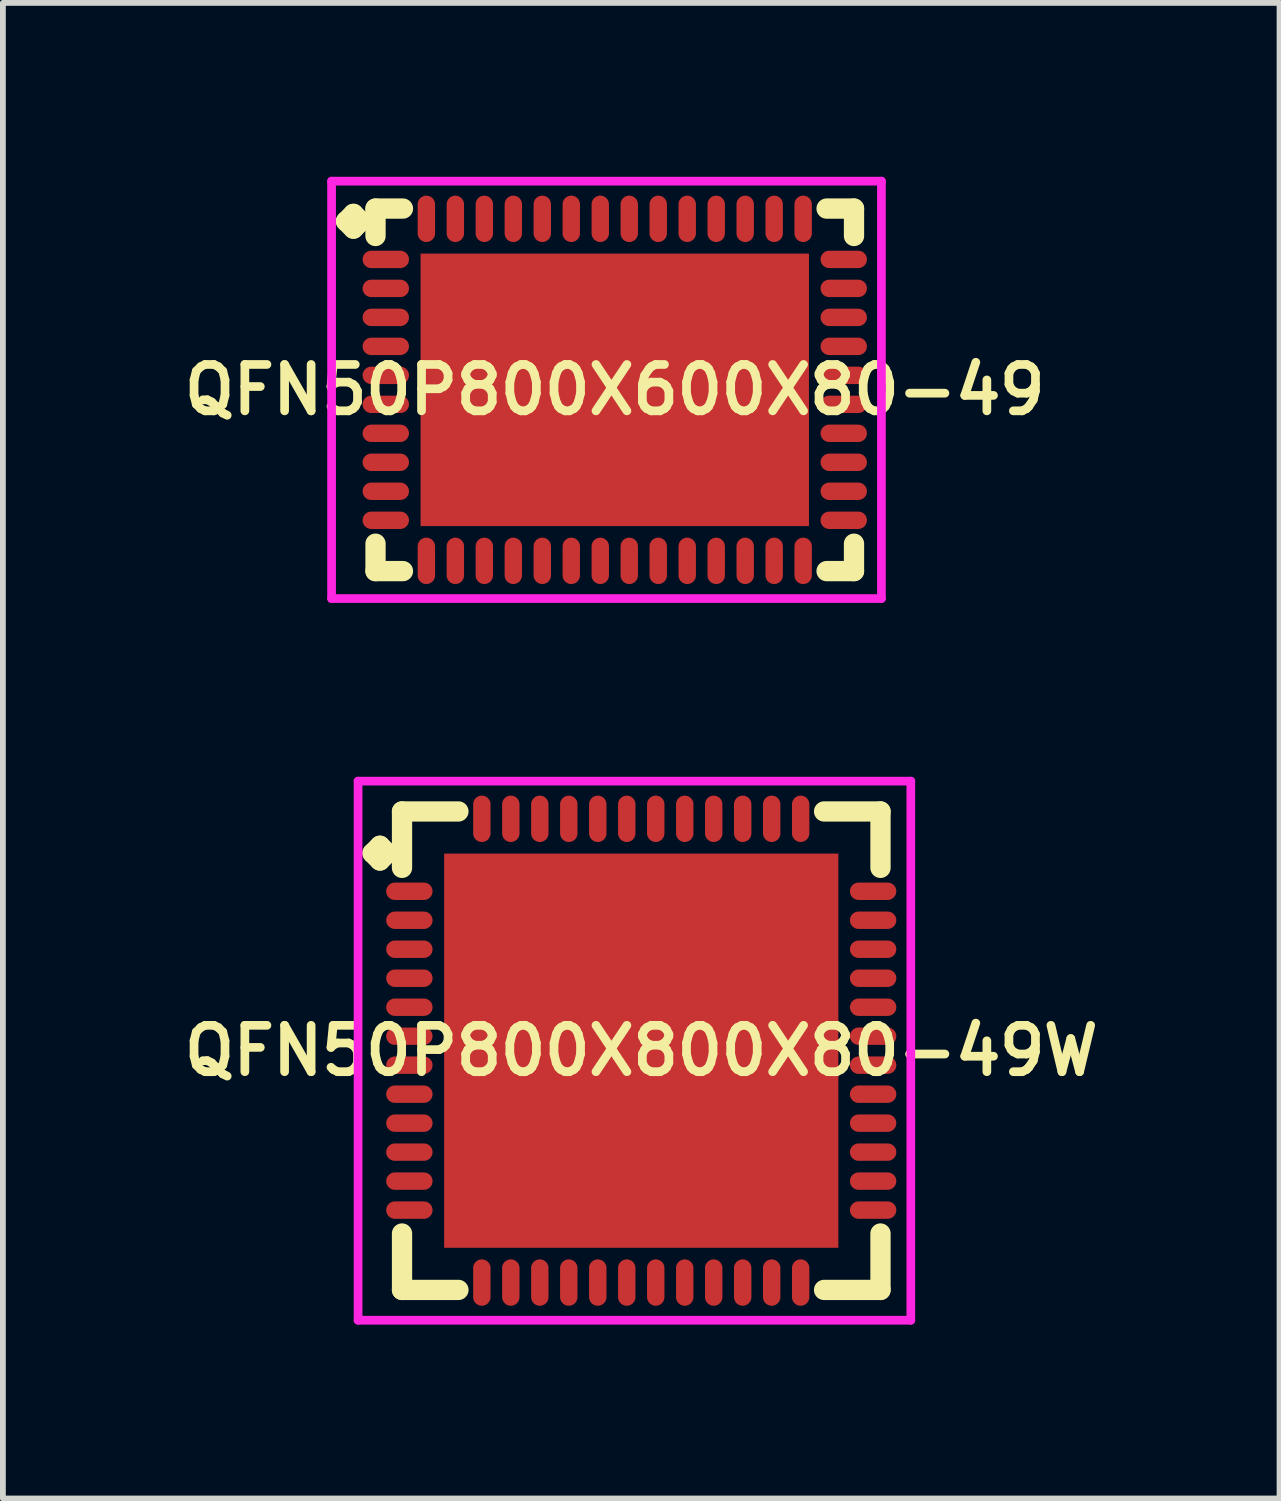
<source format=kicad_pcb>
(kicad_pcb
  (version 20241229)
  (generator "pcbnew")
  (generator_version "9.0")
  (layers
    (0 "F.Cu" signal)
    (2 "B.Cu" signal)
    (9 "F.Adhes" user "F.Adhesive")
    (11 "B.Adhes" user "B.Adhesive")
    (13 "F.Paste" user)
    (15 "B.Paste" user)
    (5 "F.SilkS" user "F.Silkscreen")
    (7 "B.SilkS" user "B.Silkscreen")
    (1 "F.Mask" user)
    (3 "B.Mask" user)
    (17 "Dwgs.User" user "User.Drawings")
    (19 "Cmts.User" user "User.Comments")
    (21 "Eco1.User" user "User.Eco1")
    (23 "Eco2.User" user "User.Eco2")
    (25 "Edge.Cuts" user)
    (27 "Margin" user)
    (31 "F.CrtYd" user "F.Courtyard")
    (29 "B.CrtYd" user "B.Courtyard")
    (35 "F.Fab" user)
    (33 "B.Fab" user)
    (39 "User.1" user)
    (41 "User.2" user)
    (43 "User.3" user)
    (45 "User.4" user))
  (footprint "QFN50P800X600X80-49"
    (layer "F.Cu")
    (at 7.555 3.675)
    (property "Reference" "QFN50P800X600X80-49" (at 0 0 0) (layer "F.SilkS") (effects (font (size 0.8 0.8) (thickness 0.15))))
    (attr smd)
    (fp_line (start -4.635 -2.908) (end -4.508 -3.035) (stroke (width 0.35) (type solid)) (layer "F.SilkS"))
    (fp_line (start -4.508 -3.035) (end -4.381 -2.908) (stroke (width 0.35) (type solid)) (layer "F.SilkS"))
    (fp_line (start -4.508 -2.781) (end -4.635 -2.908) (stroke (width 0.35) (type solid)) (layer "F.SilkS"))
    (fp_line (start -4.381 -2.908) (end -4.508 -2.781) (stroke (width 0.35) (type solid)) (layer "F.SilkS"))
    (fp_line (start -4.127 -3.127) (end -3.654 -3.127) (stroke (width 0.35) (type solid)) (layer "F.SilkS"))
    (fp_line (start -4.127 -2.654) (end -4.127 -3.127) (stroke (width 0.35) (type solid)) (layer "F.SilkS"))
    (fp_line (start -4.127 2.654) (end -4.127 3.127) (stroke (width 0.35) (type solid)) (layer "F.SilkS"))
    (fp_line (start -4.127 3.127) (end -3.654 3.127) (stroke (width 0.35) (type solid)) (layer "F.SilkS"))
    (fp_line (start 3.654 -3.127) (end 4.127 -3.127) (stroke (width 0.35) (type solid)) (layer "F.SilkS"))
    (fp_line (start 3.654 3.127) (end 4.127 3.127) (stroke (width 0.35) (type solid)) (layer "F.SilkS"))
    (fp_line (start 4.127 -3.127) (end 4.127 -2.654) (stroke (width 0.35) (type solid)) (layer "F.SilkS"))
    (fp_line (start 4.127 3.127) (end 4.127 2.654) (stroke (width 0.35) (type solid)) (layer "F.SilkS"))
    (fp_line (start -4.885 -3.6) (end 4.6 -3.6) (stroke (width 0.15) (type solid)) (layer "F.CrtYd"))
    (fp_line (start -4.885 3.6) (end -4.885 -3.6) (stroke (width 0.15) (type solid)) (layer "F.CrtYd"))
    (fp_line (start 4.6 -3.6) (end 4.6 3.6) (stroke (width 0.15) (type solid)) (layer "F.CrtYd"))
    (fp_line (start 4.6 3.6) (end -4.885 3.6) (stroke (width 0.15) (type solid)) (layer "F.CrtYd"))
    (pad "1" smd oval (at -3.95 -2.25) (size 0.8 0.3) (layers "F.Cu" "F.Mask" "F.Paste"))
    (pad "2" smd oval (at -3.95 -1.75) (size 0.8 0.3) (layers "F.Cu" "F.Mask" "F.Paste"))
    (pad "3" smd oval (at -3.95 -1.25) (size 0.8 0.3) (layers "F.Cu" "F.Mask" "F.Paste"))
    (pad "4" smd oval (at -3.95 -0.75) (size 0.8 0.3) (layers "F.Cu" "F.Mask" "F.Paste"))
    (pad "5" smd oval (at -3.95 -0.25) (size 0.8 0.3) (layers "F.Cu" "F.Mask" "F.Paste"))
    (pad "6" smd oval (at -3.95 0.25) (size 0.8 0.3) (layers "F.Cu" "F.Mask" "F.Paste"))
    (pad "7" smd oval (at -3.95 0.75) (size 0.8 0.3) (layers "F.Cu" "F.Mask" "F.Paste"))
    (pad "8" smd oval (at -3.95 1.25) (size 0.8 0.3) (layers "F.Cu" "F.Mask" "F.Paste"))
    (pad "9" smd oval (at -3.95 1.75) (size 0.8 0.3) (layers "F.Cu" "F.Mask" "F.Paste"))
    (pad "10" smd oval (at -3.95 2.25) (size 0.8 0.3) (layers "F.Cu" "F.Mask" "F.Paste"))
    (pad "11" smd oval (at -3.25 2.95) (size 0.3 0.8) (layers "F.Cu" "F.Mask" "F.Paste"))
    (pad "12" smd oval (at -2.75 2.95) (size 0.3 0.8) (layers "F.Cu" "F.Mask" "F.Paste"))
    (pad "13" smd oval (at -2.25 2.95) (size 0.3 0.8) (layers "F.Cu" "F.Mask" "F.Paste"))
    (pad "14" smd oval (at -1.75 2.95) (size 0.3 0.8) (layers "F.Cu" "F.Mask" "F.Paste"))
    (pad "15" smd oval (at -1.25 2.95) (size 0.3 0.8) (layers "F.Cu" "F.Mask" "F.Paste"))
    (pad "16" smd oval (at -0.75 2.95) (size 0.3 0.8) (layers "F.Cu" "F.Mask" "F.Paste"))
    (pad "17" smd oval (at -0.25 2.95) (size 0.3 0.8) (layers "F.Cu" "F.Mask" "F.Paste"))
    (pad "18" smd oval (at 0.25 2.95) (size 0.3 0.8) (layers "F.Cu" "F.Mask" "F.Paste"))
    (pad "19" smd oval (at 0.75 2.95) (size 0.3 0.8) (layers "F.Cu" "F.Mask" "F.Paste"))
    (pad "20" smd oval (at 1.25 2.95) (size 0.3 0.8) (layers "F.Cu" "F.Mask" "F.Paste"))
    (pad "21" smd oval (at 1.75 2.95) (size 0.3 0.8) (layers "F.Cu" "F.Mask" "F.Paste"))
    (pad "22" smd oval (at 2.25 2.95) (size 0.3 0.8) (layers "F.Cu" "F.Mask" "F.Paste"))
    (pad "23" smd oval (at 2.75 2.95) (size 0.3 0.8) (layers "F.Cu" "F.Mask" "F.Paste"))
    (pad "24" smd oval (at 3.25 2.95) (size 0.3 0.8) (layers "F.Cu" "F.Mask" "F.Paste"))
    (pad "25" smd oval (at 3.95 2.25) (size 0.8 0.3) (layers "F.Cu" "F.Mask" "F.Paste"))
    (pad "26" smd oval (at 3.95 1.75) (size 0.8 0.3) (layers "F.Cu" "F.Mask" "F.Paste"))
    (pad "27" smd oval (at 3.95 1.25) (size 0.8 0.3) (layers "F.Cu" "F.Mask" "F.Paste"))
    (pad "28" smd oval (at 3.95 0.75) (size 0.8 0.3) (layers "F.Cu" "F.Mask" "F.Paste"))
    (pad "29" smd oval (at 3.95 0.25) (size 0.8 0.3) (layers "F.Cu" "F.Mask" "F.Paste"))
    (pad "30" smd oval (at 3.95 -0.25) (size 0.8 0.3) (layers "F.Cu" "F.Mask" "F.Paste"))
    (pad "31" smd oval (at 3.95 -0.75) (size 0.8 0.3) (layers "F.Cu" "F.Mask" "F.Paste"))
    (pad "32" smd oval (at 3.95 -1.25) (size 0.8 0.3) (layers "F.Cu" "F.Mask" "F.Paste"))
    (pad "33" smd oval (at 3.95 -1.75) (size 0.8 0.3) (layers "F.Cu" "F.Mask" "F.Paste"))
    (pad "34" smd oval (at 3.95 -2.25) (size 0.8 0.3) (layers "F.Cu" "F.Mask" "F.Paste"))
    (pad "35" smd oval (at 3.25 -2.95) (size 0.3 0.8) (layers "F.Cu" "F.Mask" "F.Paste"))
    (pad "36" smd oval (at 2.75 -2.95) (size 0.3 0.8) (layers "F.Cu" "F.Mask" "F.Paste"))
    (pad "37" smd oval (at 2.25 -2.95) (size 0.3 0.8) (layers "F.Cu" "F.Mask" "F.Paste"))
    (pad "38" smd oval (at 1.75 -2.95) (size 0.3 0.8) (layers "F.Cu" "F.Mask" "F.Paste"))
    (pad "39" smd oval (at 1.25 -2.95) (size 0.3 0.8) (layers "F.Cu" "F.Mask" "F.Paste"))
    (pad "40" smd oval (at 0.75 -2.95) (size 0.3 0.8) (layers "F.Cu" "F.Mask" "F.Paste"))
    (pad "41" smd oval (at 0.25 -2.95) (size 0.3 0.8) (layers "F.Cu" "F.Mask" "F.Paste"))
    (pad "42" smd oval (at -0.25 -2.95) (size 0.3 0.8) (layers "F.Cu" "F.Mask" "F.Paste"))
    (pad "43" smd oval (at -0.75 -2.95) (size 0.3 0.8) (layers "F.Cu" "F.Mask" "F.Paste"))
    (pad "44" smd oval (at -1.25 -2.95) (size 0.3 0.8) (layers "F.Cu" "F.Mask" "F.Paste"))
    (pad "45" smd oval (at -1.75 -2.95) (size 0.3 0.8) (layers "F.Cu" "F.Mask" "F.Paste"))
    (pad "46" smd oval (at -2.25 -2.95) (size 0.3 0.8) (layers "F.Cu" "F.Mask" "F.Paste"))
    (pad "47" smd oval (at -2.75 -2.95) (size 0.3 0.8) (layers "F.Cu" "F.Mask" "F.Paste"))
    (pad "48" smd oval (at -3.25 -2.95) (size 0.3 0.8) (layers "F.Cu" "F.Mask" "F.Paste"))
    (pad "49" smd rect (at 0 0) (size 6.7 4.7) (layers "F.Cu" "F.Mask" "F.Paste")))
  (footprint "QFN50P800X800X80-49W"
    (layer "F.Cu")
    (at 8.012 15.075)
    (property "Reference" "QFN50P800X800X80-49W" (at 0 0 0) (layer "F.SilkS") (effects (font (size 0.8 0.8) (thickness 0.15))))
    (attr through_hole)
    (fp_line (start -4.635 -3.408) (end -4.508 -3.535) (stroke (width 0.35) (type solid)) (layer "F.SilkS"))
    (fp_line (start -4.508 -3.535) (end -4.381 -3.408) (stroke (width 0.35) (type solid)) (layer "F.SilkS"))
    (fp_line (start -4.508 -3.281) (end -4.635 -3.408) (stroke (width 0.35) (type solid)) (layer "F.SilkS"))
    (fp_line (start -4.381 -3.408) (end -4.508 -3.281) (stroke (width 0.35) (type solid)) (layer "F.SilkS"))
    (fp_line (start -4.127 -4.127) (end -3.154 -4.127) (stroke (width 0.35) (type solid)) (layer "F.SilkS"))
    (fp_line (start -4.127 -3.154) (end -4.127 -4.127) (stroke (width 0.35) (type solid)) (layer "F.SilkS"))
    (fp_line (start -4.127 3.154) (end -4.127 4.127) (stroke (width 0.35) (type solid)) (layer "F.SilkS"))
    (fp_line (start -4.127 4.127) (end -3.154 4.127) (stroke (width 0.35) (type solid)) (layer "F.SilkS"))
    (fp_line (start 3.154 -4.127) (end 4.127 -4.127) (stroke (width 0.35) (type solid)) (layer "F.SilkS"))
    (fp_line (start 3.154 4.127) (end 4.127 4.127) (stroke (width 0.35) (type solid)) (layer "F.SilkS"))
    (fp_line (start 4.127 -4.127) (end 4.127 -3.154) (stroke (width 0.35) (type solid)) (layer "F.SilkS"))
    (fp_line (start 4.127 4.127) (end 4.127 3.154) (stroke (width 0.35) (type solid)) (layer "F.SilkS"))
    (fp_line (start -4.885 -4.65) (end 4.65 -4.65) (stroke (width 0.15) (type solid)) (layer "F.CrtYd"))
    (fp_line (start -4.885 4.65) (end -4.885 -4.65) (stroke (width 0.15) (type solid)) (layer "F.CrtYd"))
    (fp_line (start 4.65 -4.65) (end 4.65 4.65) (stroke (width 0.15) (type solid)) (layer "F.CrtYd"))
    (fp_line (start 4.65 4.65) (end -4.885 4.65) (stroke (width 0.15) (type solid)) (layer "F.CrtYd"))
    (pad "1" smd oval (at -4 -2.75) (size 0.8 0.3) (layers "F.Cu" "F.Mask" "F.Paste"))
    (pad "2" smd oval (at -4 -2.25) (size 0.8 0.3) (layers "F.Cu" "F.Mask" "F.Paste"))
    (pad "3" smd oval (at -4 -1.75) (size 0.8 0.3) (layers "F.Cu" "F.Mask" "F.Paste"))
    (pad "4" smd oval (at -4 -1.25) (size 0.8 0.3) (layers "F.Cu" "F.Mask" "F.Paste"))
    (pad "5" smd oval (at -4 -0.75) (size 0.8 0.3) (layers "F.Cu" "F.Mask" "F.Paste"))
    (pad "6" smd oval (at -4 -0.25) (size 0.8 0.3) (layers "F.Cu" "F.Mask" "F.Paste"))
    (pad "7" smd oval (at -4 0.25) (size 0.8 0.3) (layers "F.Cu" "F.Mask" "F.Paste"))
    (pad "8" smd oval (at -4 0.75) (size 0.8 0.3) (layers "F.Cu" "F.Mask" "F.Paste"))
    (pad "9" smd oval (at -4 1.25) (size 0.8 0.3) (layers "F.Cu" "F.Mask" "F.Paste"))
    (pad "10" smd oval (at -4 1.75) (size 0.8 0.3) (layers "F.Cu" "F.Mask" "F.Paste"))
    (pad "11" smd oval (at -4 2.25) (size 0.8 0.3) (layers "F.Cu" "F.Mask" "F.Paste"))
    (pad "12" smd oval (at -4 2.75) (size 0.8 0.3) (layers "F.Cu" "F.Mask" "F.Paste"))
    (pad "13" smd oval (at -2.75 4) (size 0.3 0.8) (layers "F.Cu" "F.Mask" "F.Paste"))
    (pad "14" smd oval (at -2.25 4) (size 0.3 0.8) (layers "F.Cu" "F.Mask" "F.Paste"))
    (pad "15" smd oval (at -1.75 4) (size 0.3 0.8) (layers "F.Cu" "F.Mask" "F.Paste"))
    (pad "16" smd oval (at -1.25 4) (size 0.3 0.8) (layers "F.Cu" "F.Mask" "F.Paste"))
    (pad "17" smd oval (at -0.75 4) (size 0.3 0.8) (layers "F.Cu" "F.Mask" "F.Paste"))
    (pad "18" smd oval (at -0.25 4) (size 0.3 0.8) (layers "F.Cu" "F.Mask" "F.Paste"))
    (pad "19" smd oval (at 0.25 4) (size 0.3 0.8) (layers "F.Cu" "F.Mask" "F.Paste"))
    (pad "20" smd oval (at 0.75 4) (size 0.3 0.8) (layers "F.Cu" "F.Mask" "F.Paste"))
    (pad "21" smd oval (at 1.25 4) (size 0.3 0.8) (layers "F.Cu" "F.Mask" "F.Paste"))
    (pad "22" smd oval (at 1.75 4) (size 0.3 0.8) (layers "F.Cu" "F.Mask" "F.Paste"))
    (pad "23" smd oval (at 2.25 4) (size 0.3 0.8) (layers "F.Cu" "F.Mask" "F.Paste"))
    (pad "24" smd oval (at 2.75 4) (size 0.3 0.8) (layers "F.Cu" "F.Mask" "F.Paste"))
    (pad "25" smd oval (at 4 2.75) (size 0.8 0.3) (layers "F.Cu" "F.Mask" "F.Paste"))
    (pad "26" smd oval (at 4 2.25) (size 0.8 0.3) (layers "F.Cu" "F.Mask" "F.Paste"))
    (pad "27" smd oval (at 4 1.75) (size 0.8 0.3) (layers "F.Cu" "F.Mask" "F.Paste"))
    (pad "28" smd oval (at 4 1.25) (size 0.8 0.3) (layers "F.Cu" "F.Mask" "F.Paste"))
    (pad "29" smd oval (at 4 0.75) (size 0.8 0.3) (layers "F.Cu" "F.Mask" "F.Paste"))
    (pad "30" smd oval (at 4 0.25) (size 0.8 0.3) (layers "F.Cu" "F.Mask" "F.Paste"))
    (pad "31" smd oval (at 4 -0.25) (size 0.8 0.3) (layers "F.Cu" "F.Mask" "F.Paste"))
    (pad "32" smd oval (at 4 -0.75) (size 0.8 0.3) (layers "F.Cu" "F.Mask" "F.Paste"))
    (pad "33" smd oval (at 4 -1.25) (size 0.8 0.3) (layers "F.Cu" "F.Mask" "F.Paste"))
    (pad "34" smd oval (at 4 -1.75) (size 0.8 0.3) (layers "F.Cu" "F.Mask" "F.Paste"))
    (pad "35" smd oval (at 4 -2.25) (size 0.8 0.3) (layers "F.Cu" "F.Mask" "F.Paste"))
    (pad "36" smd oval (at 4 -2.75) (size 0.8 0.3) (layers "F.Cu" "F.Mask" "F.Paste"))
    (pad "37" smd oval (at 2.75 -4) (size 0.3 0.8) (layers "F.Cu" "F.Mask" "F.Paste"))
    (pad "38" smd oval (at 2.25 -4) (size 0.3 0.8) (layers "F.Cu" "F.Mask" "F.Paste"))
    (pad "39" smd oval (at 1.75 -4) (size 0.3 0.8) (layers "F.Cu" "F.Mask" "F.Paste"))
    (pad "40" smd oval (at 1.25 -4) (size 0.3 0.8) (layers "F.Cu" "F.Mask" "F.Paste"))
    (pad "41" smd oval (at 0.75 -4) (size 0.3 0.8) (layers "F.Cu" "F.Mask" "F.Paste"))
    (pad "42" smd oval (at 0.25 -4) (size 0.3 0.8) (layers "F.Cu" "F.Mask" "F.Paste"))
    (pad "43" smd oval (at -0.25 -4) (size 0.3 0.8) (layers "F.Cu" "F.Mask" "F.Paste"))
    (pad "44" smd oval (at -0.75 -4) (size 0.3 0.8) (layers "F.Cu" "F.Mask" "F.Paste"))
    (pad "45" smd oval (at -1.25 -4) (size 0.3 0.8) (layers "F.Cu" "F.Mask" "F.Paste"))
    (pad "46" smd oval (at -1.75 -4) (size 0.3 0.8) (layers "F.Cu" "F.Mask" "F.Paste"))
    (pad "47" smd oval (at -2.25 -4) (size 0.3 0.8) (layers "F.Cu" "F.Mask" "F.Paste"))
    (pad "48" smd oval (at -2.75 -4) (size 0.3 0.8) (layers "F.Cu" "F.Mask" "F.Paste"))
    (pad "49" smd rect (at 0 0) (size 6.8 6.8) (layers "F.Cu" "F.Mask" "F.Paste")))
  (gr_rect
    (start -3 -3)
    (end 19.023 22.8)
    (stroke (width 0.1) (type default))
    (fill no)
    (layer "Edge.Cuts")))
</source>
